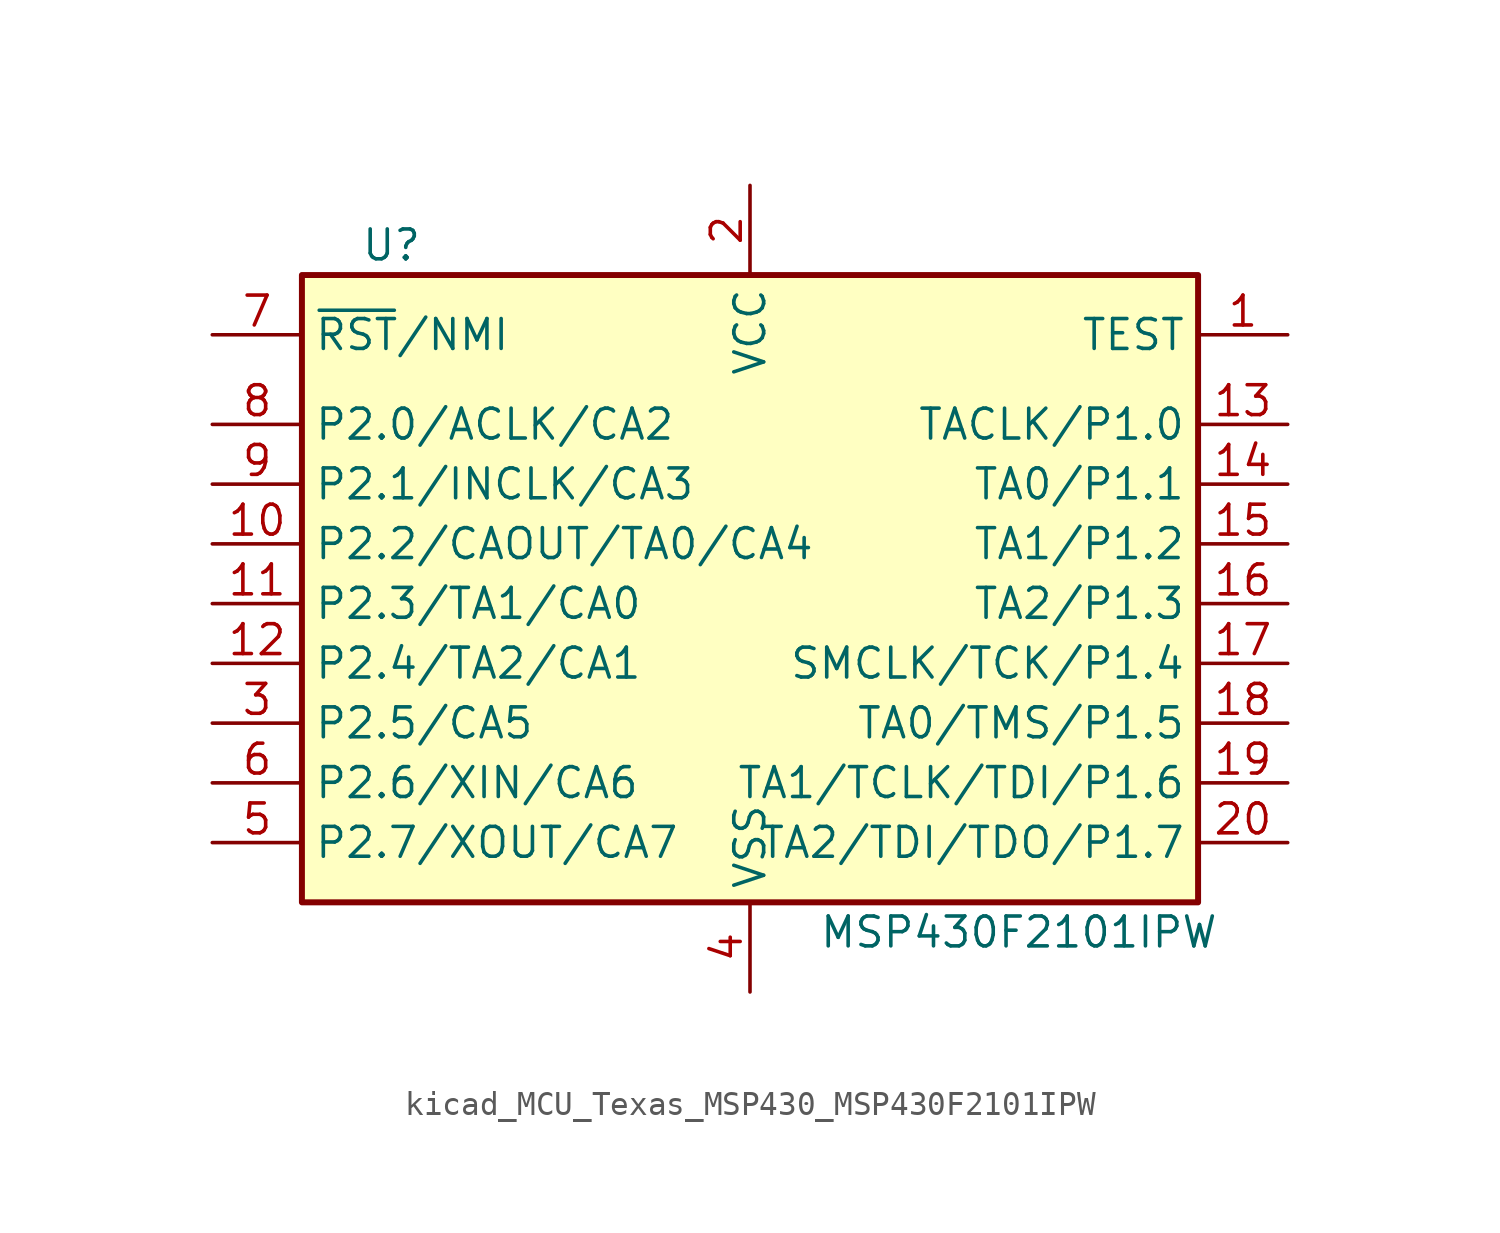
<source format=kicad_sym>
(kicad_symbol_lib
  (version 20220914)
  (generator kicad_symbol_editor)
  (symbol "kicad_MCU_Texas_MSP430_MSP430F2101IPW"
    (property "Reference" "U"
      (at -15.24 15.24 0)
      (effects (font (size 1.27 1.27))))
    (property "Value" "MSP430F2101IPW"
      (at 11.43 -13.97 0)
      (effects (font (size 1.27 1.27))))
    (symbol "kicad_MCU_Texas_MSP430_MSP430F2101IPW_0_1"
      (rectangle (start -19.05 13.97) (end 19.05 -12.7) (stroke (width 0.254) (type default)) (fill (type background))))
    (symbol "kicad_MCU_Texas_MSP430_MSP430F2101IPW_1_1"
      (pin input line (at 22.86 11.43 180) (length 3.81) (name "TEST" (effects (font (size 1.27 1.27)))) (number "1" (effects (font (size 1.27 1.27)))))
      (pin bidirectional line (at -22.86 2.54 0) (length 3.81) (name "P2.2/CAOUT/TA0/CA4" (effects (font (size 1.27 1.27)))) (number "10" (effects (font (size 1.27 1.27)))))
      (pin bidirectional line (at -22.86 0 0) (length 3.81) (name "P2.3/TA1/CA0" (effects (font (size 1.27 1.27)))) (number "11" (effects (font (size 1.27 1.27)))))
      (pin bidirectional line (at -22.86 -2.54 0) (length 3.81) (name "P2.4/TA2/CA1" (effects (font (size 1.27 1.27)))) (number "12" (effects (font (size 1.27 1.27)))))
      (pin bidirectional line (at 22.86 7.62 180) (length 3.81) (name "TACLK/P1.0" (effects (font (size 1.27 1.27)))) (number "13" (effects (font (size 1.27 1.27)))))
      (pin bidirectional line (at 22.86 5.08 180) (length 3.81) (name "TA0/P1.1" (effects (font (size 1.27 1.27)))) (number "14" (effects (font (size 1.27 1.27)))))
      (pin bidirectional line (at 22.86 2.54 180) (length 3.81) (name "TA1/P1.2" (effects (font (size 1.27 1.27)))) (number "15" (effects (font (size 1.27 1.27)))))
      (pin bidirectional line (at 22.86 0 180) (length 3.81) (name "TA2/P1.3" (effects (font (size 1.27 1.27)))) (number "16" (effects (font (size 1.27 1.27)))))
      (pin bidirectional line (at 22.86 -2.54 180) (length 3.81) (name "SMCLK/TCK/P1.4" (effects (font (size 1.27 1.27)))) (number "17" (effects (font (size 1.27 1.27)))))
      (pin bidirectional line (at 22.86 -5.08 180) (length 3.81) (name "TA0/TMS/P1.5" (effects (font (size 1.27 1.27)))) (number "18" (effects (font (size 1.27 1.27)))))
      (pin bidirectional line (at 22.86 -7.62 180) (length 3.81) (name "TA1/TCLK/TDI/P1.6" (effects (font (size 1.27 1.27)))) (number "19" (effects (font (size 1.27 1.27)))))
      (pin power_in line (at 0 17.78 270) (length 3.81) (name "VCC" (effects (font (size 1.27 1.27)))) (number "2" (effects (font (size 1.27 1.27)))))
      (pin bidirectional line (at 22.86 -10.16 180) (length 3.81) (name "TA2/TDI/TDO/P1.7" (effects (font (size 1.27 1.27)))) (number "20" (effects (font (size 1.27 1.27)))))
      (pin bidirectional line (at -22.86 -5.08 0) (length 3.81) (name "P2.5/CA5" (effects (font (size 1.27 1.27)))) (number "3" (effects (font (size 1.27 1.27)))))
      (pin power_in line (at 0 -16.51 90) (length 3.81) (name "VSS" (effects (font (size 1.27 1.27)))) (number "4" (effects (font (size 1.27 1.27)))))
      (pin bidirectional line (at -22.86 -10.16 0) (length 3.81) (name "P2.7/XOUT/CA7" (effects (font (size 1.27 1.27)))) (number "5" (effects (font (size 1.27 1.27)))))
      (pin bidirectional line (at -22.86 -7.62 0) (length 3.81) (name "P2.6/XIN/CA6" (effects (font (size 1.27 1.27)))) (number "6" (effects (font (size 1.27 1.27)))))
      (pin input line (at -22.86 11.43 0) (length 3.81) (name "~{RST}/NMI" (effects (font (size 1.27 1.27)))) (number "7" (effects (font (size 1.27 1.27)))))
      (pin bidirectional line (at -22.86 7.62 0) (length 3.81) (name "P2.0/ACLK/CA2" (effects (font (size 1.27 1.27)))) (number "8" (effects (font (size 1.27 1.27)))))
      (pin bidirectional line (at -22.86 5.08 0) (length 3.81) (name "P2.1/INCLK/CA3" (effects (font (size 1.27 1.27)))) (number "9" (effects (font (size 1.27 1.27))))))))
</source>
